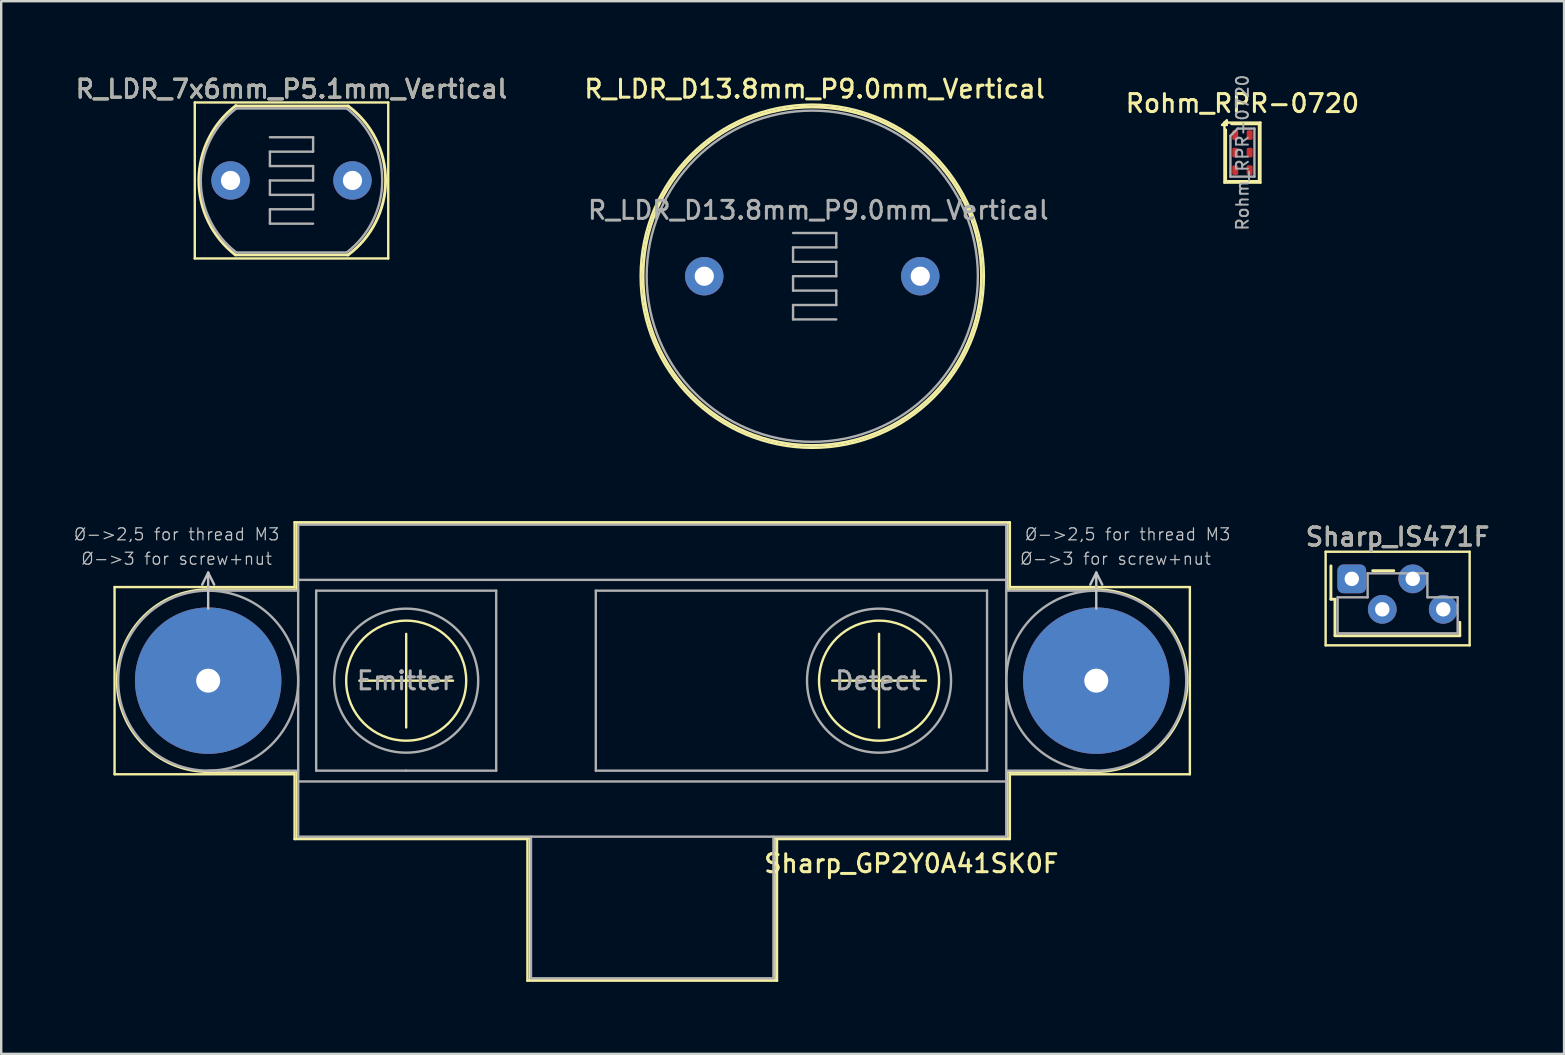
<source format=kicad_pcb>
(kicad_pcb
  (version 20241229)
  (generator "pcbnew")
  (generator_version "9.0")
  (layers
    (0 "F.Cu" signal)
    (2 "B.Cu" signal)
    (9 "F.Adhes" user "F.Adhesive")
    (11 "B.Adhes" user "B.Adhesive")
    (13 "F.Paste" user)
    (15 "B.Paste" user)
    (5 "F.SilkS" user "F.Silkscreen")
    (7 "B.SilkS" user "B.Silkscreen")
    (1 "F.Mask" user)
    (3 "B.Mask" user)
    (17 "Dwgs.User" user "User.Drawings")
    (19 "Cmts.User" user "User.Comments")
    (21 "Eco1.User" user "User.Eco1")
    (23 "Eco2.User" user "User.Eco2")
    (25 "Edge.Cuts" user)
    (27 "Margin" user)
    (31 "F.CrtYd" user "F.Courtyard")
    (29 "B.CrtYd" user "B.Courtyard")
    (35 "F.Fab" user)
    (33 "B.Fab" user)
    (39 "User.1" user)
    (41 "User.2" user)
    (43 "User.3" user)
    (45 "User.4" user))
  (footprint "Sharp_IS471F"
    (layer "F.Cu")
    (at 53.269 21.066)
    (property "Reference" "Sharp_IS471F" (at 1.91 -1.75 0) (layer "F.SilkS") (effects (font (size 0.75 0.75) (thickness 0.125))))
    (attr through_hole)
    (fp_line (start -1.09 -1.13) (end -1.09 2.77) (stroke (width 0.1) (type solid)) (layer "F.SilkS"))
    (fp_line (start -1.09 2.77) (end 4.91 2.77) (stroke (width 0.1) (type solid)) (layer "F.SilkS"))
    (fp_line (start -0.87 0.85) (end -0.87 -0.54) (stroke (width 0.12) (type solid)) (layer "F.SilkS"))
    (fp_line (start -0.87 0.85) (end -0.7 0.85) (stroke (width 0.12) (type solid)) (layer "F.SilkS"))
    (fp_line (start -0.7 2.37) (end -0.7 0.85) (stroke (width 0.12) (type solid)) (layer "F.SilkS"))
    (fp_line (start -0.7 2.37) (end 4.5 2.37) (stroke (width 0.12) (type solid)) (layer "F.SilkS"))
    (fp_line (start 1.75 -0.34) (end 0.87 -0.34) (stroke (width 0.12) (type solid)) (layer "F.SilkS"))
    (fp_line (start 4.5 2.37) (end 4.5 1.81) (stroke (width 0.12) (type solid)) (layer "F.SilkS"))
    (fp_line (start 4.91 -1.13) (end -1.09 -1.13) (stroke (width 0.1) (type solid)) (layer "F.SilkS"))
    (fp_line (start 4.91 2.77) (end 4.91 -1.13) (stroke (width 0.1) (type solid)) (layer "F.SilkS"))
    (fp_line (start -0.59 0.77) (end -0.59 2.27) (stroke (width 0.1) (type solid)) (layer "F.Fab"))
    (fp_line (start -0.59 2.27) (end 4.41 2.27) (stroke (width 0.1) (type solid)) (layer "F.Fab"))
    (fp_line (start 0.66 -0.23) (end 0.66 0.77) (stroke (width 0.1) (type solid)) (layer "F.Fab"))
    (fp_line (start 0.66 0.77) (end -0.59 0.77) (stroke (width 0.1) (type solid)) (layer "F.Fab"))
    (fp_line (start 3.15 -0.23) (end 0.66 -0.23) (stroke (width 0.1) (type solid)) (layer "F.Fab"))
    (fp_line (start 3.15 0.77) (end 3.15 -0.23) (stroke (width 0.1) (type solid)) (layer "F.Fab"))
    (fp_line (start 4.41 0.77) (end 3.15 0.77) (stroke (width 0.1) (type solid)) (layer "F.Fab"))
    (fp_line (start 4.41 2.27) (end 4.41 0.77) (stroke (width 0.1) (type solid)) (layer "F.Fab"))
    (fp_text user "${REFERENCE}" (at 1.91 -1.75 0) (layer "F.Fab") (effects (font (size 0.75 0.75) (thickness 0.125))))
    (pad "1" thru_hole roundrect (at 0 0) (size 1.2 1.2) (drill 0.6) (layers "*.Cu" "*.Mask") (roundrect_rratio 0.208))
    (pad "2" thru_hole circle (at 1.27 1.27) (size 1.2 1.2) (drill 0.6) (layers "*.Cu" "*.Mask"))
    (pad "3" thru_hole circle (at 2.54 0) (size 1.2 1.2) (drill 0.6) (layers "*.Cu" "*.Mask"))
    (pad "4" thru_hole circle (at 3.81 1.27) (size 1.2 1.2) (drill 0.6) (layers "*.Cu" "*.Mask")))
  (footprint "Rohm_RPR-0720"
    (layer "F.Cu")
    (at 48.713 3.308)
    (property "Reference" "Rohm_RPR-0720" (at 0 -2.05 0) (layer "F.SilkS") (effects (font (size 0.75 0.75) (thickness 0.125))))
    (attr smd)
    (fp_line (start -0.75 1.25) (end -0.75 -1.25) (stroke (width 0.1) (type solid)) (layer "F.SilkS"))
    (fp_line (start -0.75 1.25) (end 0.75 1.25) (stroke (width 0.1) (type default)) (layer "F.SilkS"))
    (fp_line (start -0.7 1.2) (end -0.7 -0.95) (stroke (width 0.12) (type default)) (layer "F.SilkS"))
    (fp_line (start -0.7 1.2) (end 0.7 1.2) (stroke (width 0.12) (type default)) (layer "F.SilkS"))
    (fp_line (start -0.45 -1.2) (end 0.7 -1.2) (stroke (width 0.12) (type default)) (layer "F.SilkS"))
    (fp_line (start 0.7 1.2) (end 0.7 -1.2) (stroke (width 0.12) (type default)) (layer "F.SilkS"))
    (fp_line (start 0.75 -1.25) (end -0.75 -1.25) (stroke (width 0.1) (type default)) (layer "F.SilkS"))
    (fp_line (start 0.75 -1.25) (end 0.75 1.25) (stroke (width 0.1) (type solid)) (layer "F.SilkS"))
    (fp_poly (pts (xy -0.65 -1.15) (xy -0.65 -1.35) (xy -0.85 -1.15)) (stroke (width 0.1) (type solid)) (fill yes) (layer "F.SilkS"))
    (fp_line (start -0.5 -0.7) (end -0.5 1) (stroke (width 0.1) (type solid)) (layer "F.Fab"))
    (fp_line (start -0.5 -0.7) (end -0.2 -1) (stroke (width 0.1) (type default)) (layer "F.Fab"))
    (fp_line (start -0.5 1) (end 0.5 1) (stroke (width 0.1) (type default)) (layer "F.Fab"))
    (fp_line (start 0.5 -1) (end -0.2 -1) (stroke (width 0.1) (type solid)) (layer "F.Fab"))
    (fp_line (start 0.5 -1) (end 0.5 1) (stroke (width 0.1) (type solid)) (layer "F.Fab"))
    (fp_text user "${REFERENCE}" (at 0 0 90) (layer "F.Fab") (effects (font (size 0.5 0.5) (thickness 0.08))))
    (pad "1" smd roundrect (at -0.3 -0.73 90) (size 0.4 0.25) (layers "F.Cu" "F.Mask" "F.Paste") (roundrect_rratio 0.25))
    (pad "2" smd roundrect (at -0.3 0 90) (size 0.4 0.25) (layers "F.Cu" "F.Mask" "F.Paste") (roundrect_rratio 0.25))
    (pad "3" smd roundrect (at -0.3 0.73 90) (size 0.4 0.25) (layers "F.Cu" "F.Mask" "F.Paste") (roundrect_rratio 0.25))
    (pad "4" smd roundrect (at 0.3 0.73 90) (size 0.4 0.25) (layers "F.Cu" "F.Mask" "F.Paste") (roundrect_rratio 0.25))
    (pad "5" smd roundrect (at 0.3 0 90) (size 0.4 0.25) (layers "F.Cu" "F.Mask" "F.Paste") (roundrect_rratio 0.25))
    (pad "6" smd roundrect (at 0.3 -0.73 90) (size 0.4 0.25) (layers "F.Cu" "F.Mask" "F.Paste") (roundrect_rratio 0.25)))
  (footprint "Sharp_GP2Y0A41SK0F"
    (layer "F.Cu")
    (at 24.123 25.308)
    (property "Reference" "Sharp_GP2Y0A41SK0F" (at 10.795 7.62 0) (layer "F.SilkS") (effects (font (size 0.75 0.75) (thickness 0.125))))
    (attr exclude_from_pos_files exclude_from_bom)
    (fp_line (start -22.4 -3.9) (end -14.9 -3.9) (stroke (width 0.1) (type solid)) (layer "F.SilkS"))
    (fp_line (start -22.4 3.9) (end -22.4 -3.9) (stroke (width 0.1) (type solid)) (layer "F.SilkS"))
    (fp_line (start -18.5 -3.8) (end -14.8 -3.8) (stroke (width 0.1) (type solid)) (layer "F.SilkS"))
    (fp_line (start -14.9 -6.6) (end 14.9 -6.6) (stroke (width 0.1) (type solid)) (layer "F.SilkS"))
    (fp_line (start -14.9 -3.9) (end -14.9 -6.6) (stroke (width 0.1) (type solid)) (layer "F.SilkS"))
    (fp_line (start -14.9 3.9) (end -22.4 3.9) (stroke (width 0.1) (type solid)) (layer "F.SilkS"))
    (fp_line (start -14.9 6.6) (end -14.9 3.9) (stroke (width 0.1) (type solid)) (layer "F.SilkS"))
    (fp_line (start -14.8 -6.55) (end 14.8 -6.55) (stroke (width 0.1) (type solid)) (layer "F.SilkS"))
    (fp_line (start -14.8 -3.8) (end -14.8 -6.55) (stroke (width 0.1) (type solid)) (layer "F.SilkS"))
    (fp_line (start -14.8 3.8) (end -18.5 3.8) (stroke (width 0.1) (type solid)) (layer "F.SilkS"))
    (fp_line (start -14.8 6.55) (end -14.8 3.8) (stroke (width 0.1) (type solid)) (layer "F.SilkS"))
    (fp_line (start -12.2 0) (end -8.3 0) (stroke (width 0.1) (type solid)) (layer "F.SilkS"))
    (fp_line (start -10.25 -1.95) (end -10.25 1.95) (stroke (width 0.1) (type solid)) (layer "F.SilkS"))
    (fp_line (start -5.2 6.6) (end -14.9 6.6) (stroke (width 0.1) (type solid)) (layer "F.SilkS"))
    (fp_line (start -5.2 12.5) (end -5.2 6.6) (stroke (width 0.1) (type solid)) (layer "F.SilkS"))
    (fp_line (start -5.1 6.55) (end -14.8 6.55) (stroke (width 0.1) (type solid)) (layer "F.SilkS"))
    (fp_line (start -5.1 12.45) (end -5.1 6.55) (stroke (width 0.1) (type solid)) (layer "F.SilkS"))
    (fp_line (start 5.1 6.55) (end 5.1 12.45) (stroke (width 0.1) (type solid)) (layer "F.SilkS"))
    (fp_line (start 5.1 12.45) (end -5.1 12.45) (stroke (width 0.1) (type solid)) (layer "F.SilkS"))
    (fp_line (start 5.2 6.6) (end 5.2 12.5) (stroke (width 0.1) (type solid)) (layer "F.SilkS"))
    (fp_line (start 5.2 12.5) (end -5.2 12.5) (stroke (width 0.1) (type solid)) (layer "F.SilkS"))
    (fp_line (start 7.5 0) (end 11.4 0) (stroke (width 0.1) (type solid)) (layer "F.SilkS"))
    (fp_line (start 9.45 -1.95) (end 9.45 1.95) (stroke (width 0.1) (type solid)) (layer "F.SilkS"))
    (fp_line (start 14.8 -6.55) (end 14.8 -3.8) (stroke (width 0.1) (type solid)) (layer "F.SilkS"))
    (fp_line (start 14.8 -3.8) (end 18.5 -3.8) (stroke (width 0.1) (type solid)) (layer "F.SilkS"))
    (fp_line (start 14.8 3.8) (end 14.8 6.55) (stroke (width 0.1) (type solid)) (layer "F.SilkS"))
    (fp_line (start 14.8 6.55) (end 5.1 6.55) (stroke (width 0.1) (type solid)) (layer "F.SilkS"))
    (fp_line (start 14.9 -6.6) (end 14.9 -3.9) (stroke (width 0.1) (type solid)) (layer "F.SilkS"))
    (fp_line (start 14.9 -3.9) (end 22.4 -3.9) (stroke (width 0.1) (type solid)) (layer "F.SilkS"))
    (fp_line (start 14.9 3.9) (end 14.9 6.6) (stroke (width 0.1) (type solid)) (layer "F.SilkS"))
    (fp_line (start 14.9 6.6) (end 5.2 6.6) (stroke (width 0.1) (type solid)) (layer "F.SilkS"))
    (fp_line (start 18.5 3.8) (end 14.8 3.8) (stroke (width 0.1) (type solid)) (layer "F.SilkS"))
    (fp_line (start 22.4 -3.9) (end 22.4 3.9) (stroke (width 0.1) (type solid)) (layer "F.SilkS"))
    (fp_line (start 22.4 3.9) (end 14.9 3.9) (stroke (width 0.1) (type solid)) (layer "F.SilkS"))
    (fp_arc (start -18.5 3.8) (mid -22.3 0) (end -18.5 -3.8) (stroke (width 0.1) (type solid)) (layer "F.SilkS"))
    (fp_arc (start 18.5 -3.8) (mid 22.3 0) (end 18.5 3.8) (stroke (width 0.1) (type solid)) (layer "F.SilkS"))
    (fp_circle (center -10.25 0) (end -7.75 0) (stroke (width 0.1) (type solid)) (fill no) (layer "F.SilkS"))
    (fp_circle (center 9.45 0) (end 11.95 0) (stroke (width 0.1) (type solid)) (fill no) (layer "F.SilkS"))
    (fp_line (start -18.5 -4.5) (end -18.75 -4) (stroke (width 0.1) (type solid)) (layer "Dwgs.User"))
    (fp_line (start -18.5 -4.5) (end -18.25 -4) (stroke (width 0.1) (type solid)) (layer "Dwgs.User"))
    (fp_line (start -18.5 -3) (end -18.5 -4.5) (stroke (width 0.1) (type solid)) (layer "Dwgs.User"))
    (fp_line (start 18.5 -4.5) (end 18.25 -4) (stroke (width 0.1) (type solid)) (layer "Dwgs.User"))
    (fp_line (start 18.5 -4.5) (end 18.75 -4) (stroke (width 0.1) (type solid)) (layer "Dwgs.User"))
    (fp_line (start 18.5 -3) (end 18.5 -4.5) (stroke (width 0.1) (type solid)) (layer "Dwgs.User"))
    (fp_line (start -18.5 -3.75) (end -14.75 -3.75) (stroke (width 0.1) (type solid)) (layer "F.Fab"))
    (fp_line (start -18.5 3.75) (end -14.75 3.75) (stroke (width 0.1) (type solid)) (layer "F.Fab"))
    (fp_line (start -14.75 -6.5) (end 14.75 -6.5) (stroke (width 0.1) (type solid)) (layer "F.Fab"))
    (fp_line (start -14.75 -4.2) (end 14.75 -4.2) (stroke (width 0.1) (type solid)) (layer "F.Fab"))
    (fp_line (start -14.75 6.5) (end -14.75 -6.5) (stroke (width 0.1) (type solid)) (layer "F.Fab"))
    (fp_line (start -14 -3.75) (end -6.5 -3.75) (stroke (width 0.1) (type solid)) (layer "F.Fab"))
    (fp_line (start -14 3.75) (end -14 -3.75) (stroke (width 0.1) (type solid)) (layer "F.Fab"))
    (fp_line (start -10.25 3.75) (end -14 3.75) (stroke (width 0.1) (type solid)) (layer "F.Fab"))
    (fp_line (start -6.5 -3.75) (end -6.5 3.75) (stroke (width 0.1) (type solid)) (layer "F.Fab"))
    (fp_line (start -6.5 3.75) (end -10.25 3.75) (stroke (width 0.1) (type solid)) (layer "F.Fab"))
    (fp_line (start -5.05 12.4) (end -5.05 6.5) (stroke (width 0.1) (type solid)) (layer "F.Fab"))
    (fp_line (start -2.35 -3.75) (end -2.35 3.75) (stroke (width 0.1) (type solid)) (layer "F.Fab"))
    (fp_line (start -2.35 3.75) (end 13.95 3.75) (stroke (width 0.1) (type solid)) (layer "F.Fab"))
    (fp_line (start 5.05 12.4) (end -5.05 12.4) (stroke (width 0.1) (type solid)) (layer "F.Fab"))
    (fp_line (start 5.05 12.4) (end 5.05 6.5) (stroke (width 0.1) (type solid)) (layer "F.Fab"))
    (fp_line (start 13.95 -3.75) (end -2.35 -3.75) (stroke (width 0.1) (type solid)) (layer "F.Fab"))
    (fp_line (start 13.95 3.75) (end 13.95 -3.75) (stroke (width 0.1) (type solid)) (layer "F.Fab"))
    (fp_line (start 14.75 -6.5) (end 14.75 6.5) (stroke (width 0.1) (type solid)) (layer "F.Fab"))
    (fp_line (start 14.75 4.2) (end -14.75 4.2) (stroke (width 0.1) (type solid)) (layer "F.Fab"))
    (fp_line (start 14.75 6.5) (end -14.75 6.5) (stroke (width 0.1) (type solid)) (layer "F.Fab"))
    (fp_line (start 18.5 -3.75) (end 14.75 -3.75) (stroke (width 0.1) (type solid)) (layer "F.Fab"))
    (fp_line (start 18.5 3.75) (end 14.75 3.75) (stroke (width 0.1) (type solid)) (layer "F.Fab"))
    (fp_circle (center -18.5 0) (end -22.25 0) (stroke (width 0.1) (type solid)) (fill no) (layer "F.Fab"))
    (fp_circle (center -10.25 0) (end -7.25 0) (stroke (width 0.1) (type solid)) (fill no) (layer "F.Fab"))
    (fp_circle (center 9.45 0) (end 12.45 0) (stroke (width 0.1) (type solid)) (fill no) (layer "F.Fab"))
    (fp_circle (center 18.5 0) (end 22.25 0) (stroke (width 0.1) (type solid)) (fill no) (layer "F.Fab"))
    (fp_text user "Ø->2,5 for thread M3" (at 19.812 -6.096 0) (layer "Dwgs.User") (effects (font (size 0.5 0.5) (thickness 0.05))))
    (fp_text user "Ø->2,5 for thread M3" (at -19.812 -6.096 0) (layer "Dwgs.User") (effects (font (size 0.5 0.5) (thickness 0.05))))
    (fp_text user "Ø->3 for screw+nut" (at 19.304 -5.08 0) (layer "Dwgs.User") (effects (font (size 0.5 0.5) (thickness 0.05))))
    (fp_text user "Ø->3 for screw+nut" (at -19.812 -5.08 0) (layer "Dwgs.User") (effects (font (size 0.5 0.5) (thickness 0.05))))
    (fp_text user "Emitter" (at -10.3 0 0) (layer "F.Fab") (effects (font (size 0.75 0.75) (thickness 0.125))))
    (fp_text user "Detect" (at 9.4 0 0) (layer "F.Fab") (effects (font (size 0.75 0.75) (thickness 0.125))))
    (pad "1" thru_hole circle (at -18.5 0) (size 6.1 6.1) (drill 1) (layers "*.Cu" "*.Mask"))
    (pad "2" thru_hole circle (at 18.5 0) (size 6.1 6.1) (drill 1) (layers "*.Cu" "*.Mask")))
  (footprint "R_LDR_D13.8mm_P9.0mm_Vertical"
    (layer "F.Cu")
    (at 26.291 8.458)
    (property "Reference" "R_LDR_D13.8mm_P9.0mm_Vertical" (at 4.6 -7.8 0) (layer "F.SilkS") (effects (font (size 0.75 0.75) (thickness 0.125))))
    (attr through_hole)
    (fp_circle (center 4.5 0) (end -2.65 0) (stroke (width 0.1) (type solid)) (fill no) (layer "F.SilkS"))
    (fp_circle (center 4.5 0) (end -2.55 0) (stroke (width 0.12) (type solid)) (fill no) (layer "F.SilkS"))
    (fp_line (start 3.7 -1.8) (end 5.5 -1.8) (stroke (width 0.1) (type solid)) (layer "F.Fab"))
    (fp_line (start 3.7 -1.2) (end 3.7 -0.6) (stroke (width 0.1) (type solid)) (layer "F.Fab"))
    (fp_line (start 3.7 -0.6) (end 5.5 -0.6) (stroke (width 0.1) (type solid)) (layer "F.Fab"))
    (fp_line (start 3.7 0) (end 3.7 0.6) (stroke (width 0.1) (type solid)) (layer "F.Fab"))
    (fp_line (start 3.7 0.6) (end 5.5 0.6) (stroke (width 0.1) (type solid)) (layer "F.Fab"))
    (fp_line (start 3.7 1.2) (end 3.7 1.8) (stroke (width 0.1) (type solid)) (layer "F.Fab"))
    (fp_line (start 3.7 1.8) (end 5.5 1.8) (stroke (width 0.1) (type solid)) (layer "F.Fab"))
    (fp_line (start 5.5 -1.8) (end 5.5 -1.2) (stroke (width 0.1) (type solid)) (layer "F.Fab"))
    (fp_line (start 5.5 -1.2) (end 3.7 -1.2) (stroke (width 0.1) (type solid)) (layer "F.Fab"))
    (fp_line (start 5.5 -0.6) (end 5.5 0) (stroke (width 0.1) (type solid)) (layer "F.Fab"))
    (fp_line (start 5.5 0) (end 3.7 0) (stroke (width 0.1) (type solid)) (layer "F.Fab"))
    (fp_line (start 5.5 0.6) (end 5.5 1.2) (stroke (width 0.1) (type solid)) (layer "F.Fab"))
    (fp_line (start 5.5 1.2) (end 3.7 1.2) (stroke (width 0.1) (type solid)) (layer "F.Fab"))
    (fp_circle (center 4.5 0) (end -2.4 0) (stroke (width 0.1) (type solid)) (fill no) (layer "F.Fab"))
    (fp_text user "${REFERENCE}" (at 4.75 -2.75 0) (layer "F.Fab") (effects (font (size 0.75 0.75) (thickness 0.125))))
    (pad "1" thru_hole circle (at 0 0) (size 1.6 1.6) (drill 0.8) (layers "*.Cu" "*.Mask"))
    (pad "2" thru_hole circle (at 9 0) (size 1.6 1.6) (drill 0.8) (layers "*.Cu" "*.Mask")))
  (footprint "R_LDR_7x6mm_P5.1mm_Vertical"
    (layer "F.Cu")
    (at 6.555 4.468)
    (property "Reference" "R_LDR_7x6mm_P5.1mm_Vertical" (at 2.54 -3.81 0) (layer "F.SilkS") (effects (font (size 0.75 0.75) (thickness 0.125))))
    (attr through_hole)
    (fp_line (start -1.49 -3.25) (end -1.49 3.25) (stroke (width 0.1) (type solid)) (layer "F.SilkS"))
    (fp_line (start -1.49 -3.25) (end 6.57 -3.25) (stroke (width 0.1) (type solid)) (layer "F.SilkS"))
    (fp_line (start 0.2 -3.1) (end 4.9 -3.1) (stroke (width 0.12) (type solid)) (layer "F.SilkS"))
    (fp_line (start 0.2 3.1) (end 4.9 3.1) (stroke (width 0.12) (type solid)) (layer "F.SilkS"))
    (fp_line (start 6.57 3.25) (end -1.49 3.25) (stroke (width 0.1) (type solid)) (layer "F.SilkS"))
    (fp_line (start 6.57 3.25) (end 6.57 -3.25) (stroke (width 0.1) (type solid)) (layer "F.SilkS"))
    (fp_arc (start 0.2 3.1) (mid -1.320423 -0.016888) (end 0.226796 -3.120561) (stroke (width 0.12) (type solid)) (layer "F.SilkS"))
    (fp_arc (start 4.9 -3.1) (mid 6.460049 0.00492) (end 4.89209 3.105853) (stroke (width 0.12) (type solid)) (layer "F.SilkS"))
    (fp_line (start 0.24 -3) (end 4.84 -3) (stroke (width 0.1) (type solid)) (layer "F.Fab"))
    (fp_line (start 1.64 -1.8) (end 3.44 -1.8) (stroke (width 0.1) (type solid)) (layer "F.Fab"))
    (fp_line (start 1.64 -1.2) (end 1.64 -0.6) (stroke (width 0.1) (type solid)) (layer "F.Fab"))
    (fp_line (start 1.64 -0.6) (end 3.44 -0.6) (stroke (width 0.1) (type solid)) (layer "F.Fab"))
    (fp_line (start 1.64 0) (end 1.64 0.6) (stroke (width 0.1) (type solid)) (layer "F.Fab"))
    (fp_line (start 1.64 0.6) (end 3.44 0.6) (stroke (width 0.1) (type solid)) (layer "F.Fab"))
    (fp_line (start 1.64 1.2) (end 1.64 1.8) (stroke (width 0.1) (type solid)) (layer "F.Fab"))
    (fp_line (start 1.64 1.8) (end 3.44 1.8) (stroke (width 0.1) (type solid)) (layer "F.Fab"))
    (fp_line (start 3.44 -1.8) (end 3.44 -1.2) (stroke (width 0.1) (type solid)) (layer "F.Fab"))
    (fp_line (start 3.44 -1.2) (end 1.64 -1.2) (stroke (width 0.1) (type solid)) (layer "F.Fab"))
    (fp_line (start 3.44 -0.6) (end 3.44 0) (stroke (width 0.1) (type solid)) (layer "F.Fab"))
    (fp_line (start 3.44 0) (end 1.64 0) (stroke (width 0.1) (type solid)) (layer "F.Fab"))
    (fp_line (start 3.44 0.6) (end 3.44 1.2) (stroke (width 0.1) (type solid)) (layer "F.Fab"))
    (fp_line (start 3.44 1.2) (end 1.64 1.2) (stroke (width 0.1) (type solid)) (layer "F.Fab"))
    (fp_line (start 4.84 3) (end 0.24 3) (stroke (width 0.1) (type solid)) (layer "F.Fab"))
    (fp_arc (start 0.24 3) (mid -1.240211 0.001572) (end 0.237506 -2.998087) (stroke (width 0.1) (type solid)) (layer "F.Fab"))
    (fp_arc (start 4.84 -3) (mid 6.320211 -0.001572) (end 4.842494 2.998087) (stroke (width 0.1) (type solid)) (layer "F.Fab"))
    (fp_text user "${REFERENCE}" (at 2.54 -3.81 0) (layer "F.Fab") (effects (font (size 0.75 0.75) (thickness 0.125))))
    (pad "1" thru_hole circle (at 0 0) (size 1.6 1.6) (drill 0.8) (layers "*.Cu" "*.Mask"))
    (pad "2" thru_hole circle (at 5.08 0) (size 1.6 1.6) (drill 0.8) (layers "*.Cu" "*.Mask")))
  (gr_rect
    (start -3 -3)
    (end 62.113 40.858)
    (stroke (width 0.1) (type default))
    (fill no)
    (layer "Edge.Cuts")))
</source>
